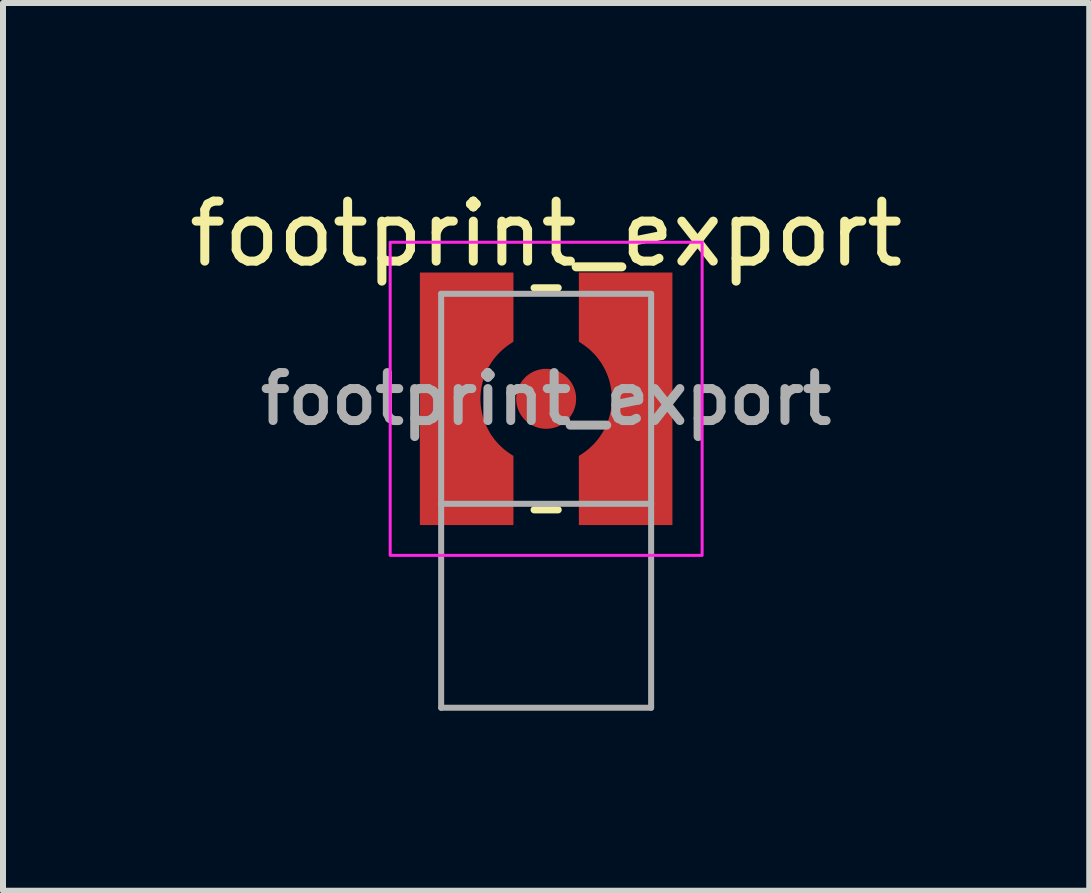
<source format=kicad_pcb>
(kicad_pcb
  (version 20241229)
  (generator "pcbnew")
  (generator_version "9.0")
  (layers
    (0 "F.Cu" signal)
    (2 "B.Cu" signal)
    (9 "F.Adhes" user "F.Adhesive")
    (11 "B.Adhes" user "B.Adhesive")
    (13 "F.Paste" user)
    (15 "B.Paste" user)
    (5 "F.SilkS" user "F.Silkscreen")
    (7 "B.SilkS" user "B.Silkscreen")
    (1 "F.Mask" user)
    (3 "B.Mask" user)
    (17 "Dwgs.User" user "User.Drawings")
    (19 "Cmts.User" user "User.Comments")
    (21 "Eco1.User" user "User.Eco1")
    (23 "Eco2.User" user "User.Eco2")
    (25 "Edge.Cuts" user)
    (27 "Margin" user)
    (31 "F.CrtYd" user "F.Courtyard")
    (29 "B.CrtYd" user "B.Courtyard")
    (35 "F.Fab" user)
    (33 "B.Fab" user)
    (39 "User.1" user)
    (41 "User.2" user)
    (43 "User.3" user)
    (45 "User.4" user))
  (footprint "footprint_export"
    (layer "F.Cu")
    (at 6.054 3.598)
    (property "Reference" "footprint_export" (at 0 -2.75 0) (unlocked yes) (layer "F.SilkS") (effects (font (size 1 1) (thickness 0.15))))
    (attr smd)
    (fp_line (start -0.2 -1.85) (end 0.2 -1.85) (stroke (width 0.12) (type solid)) (layer "F.SilkS"))
    (fp_line (start 0.2 1.85) (end -0.2 1.85) (stroke (width 0.12) (type solid)) (layer "F.SilkS"))
    (fp_rect (start -2.6 -2.61) (end 2.6 2.61) (stroke (width 0.05) (type default)) (fill no) (layer "F.CrtYd"))
    (fp_line (start -1.75 -1.75) (end 1.75 -1.75) (stroke (width 0.1) (type solid)) (layer "F.Fab"))
    (fp_line (start -1.75 1.75) (end -1.75 -1.75) (stroke (width 0.1) (type solid)) (layer "F.Fab"))
    (fp_line (start -1.75 1.75) (end -1.75 5.15) (stroke (width 0.1) (type solid)) (layer "F.Fab"))
    (fp_line (start -1.75 5.15) (end 1.75 5.15) (stroke (width 0.1) (type solid)) (layer "F.Fab"))
    (fp_line (start 1.75 -1.75) (end 1.75 1.75) (stroke (width 0.1) (type solid)) (layer "F.Fab"))
    (fp_line (start 1.75 1.75) (end -1.75 1.75) (stroke (width 0.1) (type solid)) (layer "F.Fab"))
    (fp_line (start 1.75 5.15) (end 1.75 1.75) (stroke (width 0.1) (type solid)) (layer "F.Fab"))
    (fp_text user "${REFERENCE}" (at 0 0 0) (unlocked yes) (layer "F.Fab") (effects (font (size 0.8 0.8) (thickness 0.15))))
    (pad "" smd custom (at -1.6 -1.6 270) (size 0.5 0.5) (layers "F.Paste") (options (anchor rect)) (primitives (gr_poly (pts (xy -0.5 -1.05) (xy -0.5 0.5) (xy 1.05 0.5) (xy 1.05 -0.645) (xy 0.995 -0.68) (xy 0.94 -0.72) (xy 0.895 -0.755) (xy 0.845 -0.8) (xy 0.785 -0.86) (xy 0.735 -0.92) (xy 0.68 -0.995) (xy 0.65 -1.045) (xy 0.645 -1.05)) (width 0.01) (fill yes))))
    (pad "" smd custom (at -1.6 1.6) (size 0.5 0.5) (layers "F.Paste") (options (anchor rect)) (primitives (gr_poly (pts (xy -0.5 -1.05) (xy -0.5 0.5) (xy 1.05 0.5) (xy 1.05 -0.645) (xy 0.995 -0.68) (xy 0.94 -0.72) (xy 0.895 -0.755) (xy 0.845 -0.8) (xy 0.785 -0.86) (xy 0.735 -0.92) (xy 0.68 -0.995) (xy 0.65 -1.045) (xy 0.645 -1.05)) (width 0.01) (fill yes))))
    (pad "" smd custom (at 1.6 -1.6 180) (size 0.5 0.5) (layers "F.Paste") (options (anchor rect)) (primitives (gr_poly (pts (xy -0.5 -1.05) (xy -0.5 0.5) (xy 1.05 0.5) (xy 1.05 -0.645) (xy 0.995 -0.68) (xy 0.94 -0.72) (xy 0.895 -0.755) (xy 0.845 -0.8) (xy 0.785 -0.86) (xy 0.735 -0.92) (xy 0.68 -0.995) (xy 0.65 -1.045) (xy 0.645 -1.05)) (width 0.01) (fill yes))))
    (pad "" smd custom (at 1.6 1.6 90) (size 0.5 0.5) (layers "F.Paste") (options (anchor rect)) (primitives (gr_poly (pts (xy -0.5 -1.05) (xy -0.5 0.5) (xy 1.05 0.5) (xy 1.05 -0.645) (xy 0.995 -0.68) (xy 0.94 -0.72) (xy 0.895 -0.755) (xy 0.845 -0.8) (xy 0.785 -0.86) (xy 0.735 -0.92) (xy 0.68 -0.995) (xy 0.65 -1.045) (xy 0.645 -1.05)) (width 0.01) (fill yes))))
    (pad "1" smd circle (at 0 0) (size 1 1) (layers "F.Cu" "F.Mask" "F.Paste"))
    (pad "2" smd custom (at -1.6 0) (size 0.5 0.5) (layers "F.Cu" "F.Mask") (options (anchor rect)) (primitives (gr_poly (pts (xy 1.05 -0.955) (xy 1.05 -2.1) (xy -0.5 -2.1) (xy -0.5 2.1) (xy 1.05 2.1) (xy 1.05 0.955) (xy 0.995 0.92) (xy 0.94 0.88) (xy 0.895 0.845) (xy 0.845 0.8) (xy 0.785 0.74) (xy 0.735 0.68) (xy 0.68 0.605) (xy 0.65 0.555) (xy 0.605 0.47) (xy 0.575 0.4) (xy 0.545 0.315) (xy 0.53 0.255) (xy 0.515 0.18) (xy 0.505 0.11) (xy 0.5 0.03) (xy 0.5 -0.03) (xy 0.505 -0.11) (xy 0.515 -0.18) (xy 0.53 -0.255) (xy 0.55 -0.33) (xy 0.575 -0.4) (xy 0.61 -0.48) (xy 0.635 -0.53) (xy 0.665 -0.58) (xy 0.705 -0.64) (xy 0.735 -0.68) (xy 0.76 -0.71) (xy 0.795 -0.75) (xy 0.84 -0.795) (xy 0.89 -0.84) (xy 0.94 -0.88) (xy 0.975 -0.905) (xy 1.02 -0.935)) (width 0.01) (fill yes))))
    (pad "2" smd custom (at 1.6 0 180) (size 0.5 0.5) (layers "F.Cu" "F.Mask") (options (anchor rect)) (primitives (gr_poly (pts (xy 1.05 -0.955) (xy 1.05 -2.1) (xy -0.5 -2.1) (xy -0.5 2.1) (xy 1.05 2.1) (xy 1.05 0.955) (xy 0.995 0.92) (xy 0.94 0.88) (xy 0.895 0.845) (xy 0.845 0.8) (xy 0.785 0.74) (xy 0.735 0.68) (xy 0.68 0.605) (xy 0.65 0.555) (xy 0.605 0.47) (xy 0.575 0.4) (xy 0.545 0.315) (xy 0.53 0.255) (xy 0.515 0.18) (xy 0.505 0.11) (xy 0.5 0.03) (xy 0.5 -0.03) (xy 0.505 -0.11) (xy 0.515 -0.18) (xy 0.53 -0.255) (xy 0.55 -0.33) (xy 0.575 -0.4) (xy 0.61 -0.48) (xy 0.635 -0.53) (xy 0.665 -0.58) (xy 0.705 -0.64) (xy 0.735 -0.68) (xy 0.76 -0.71) (xy 0.795 -0.75) (xy 0.84 -0.795) (xy 0.89 -0.84) (xy 0.94 -0.88) (xy 0.975 -0.905) (xy 1.02 -0.935)) (width 0.01) (fill yes)))))
  (gr_rect
    (start -3 -3)
    (end 15.107 11.798)
    (stroke (width 0.1) (type default))
    (fill no)
    (layer "Edge.Cuts")))
</source>
